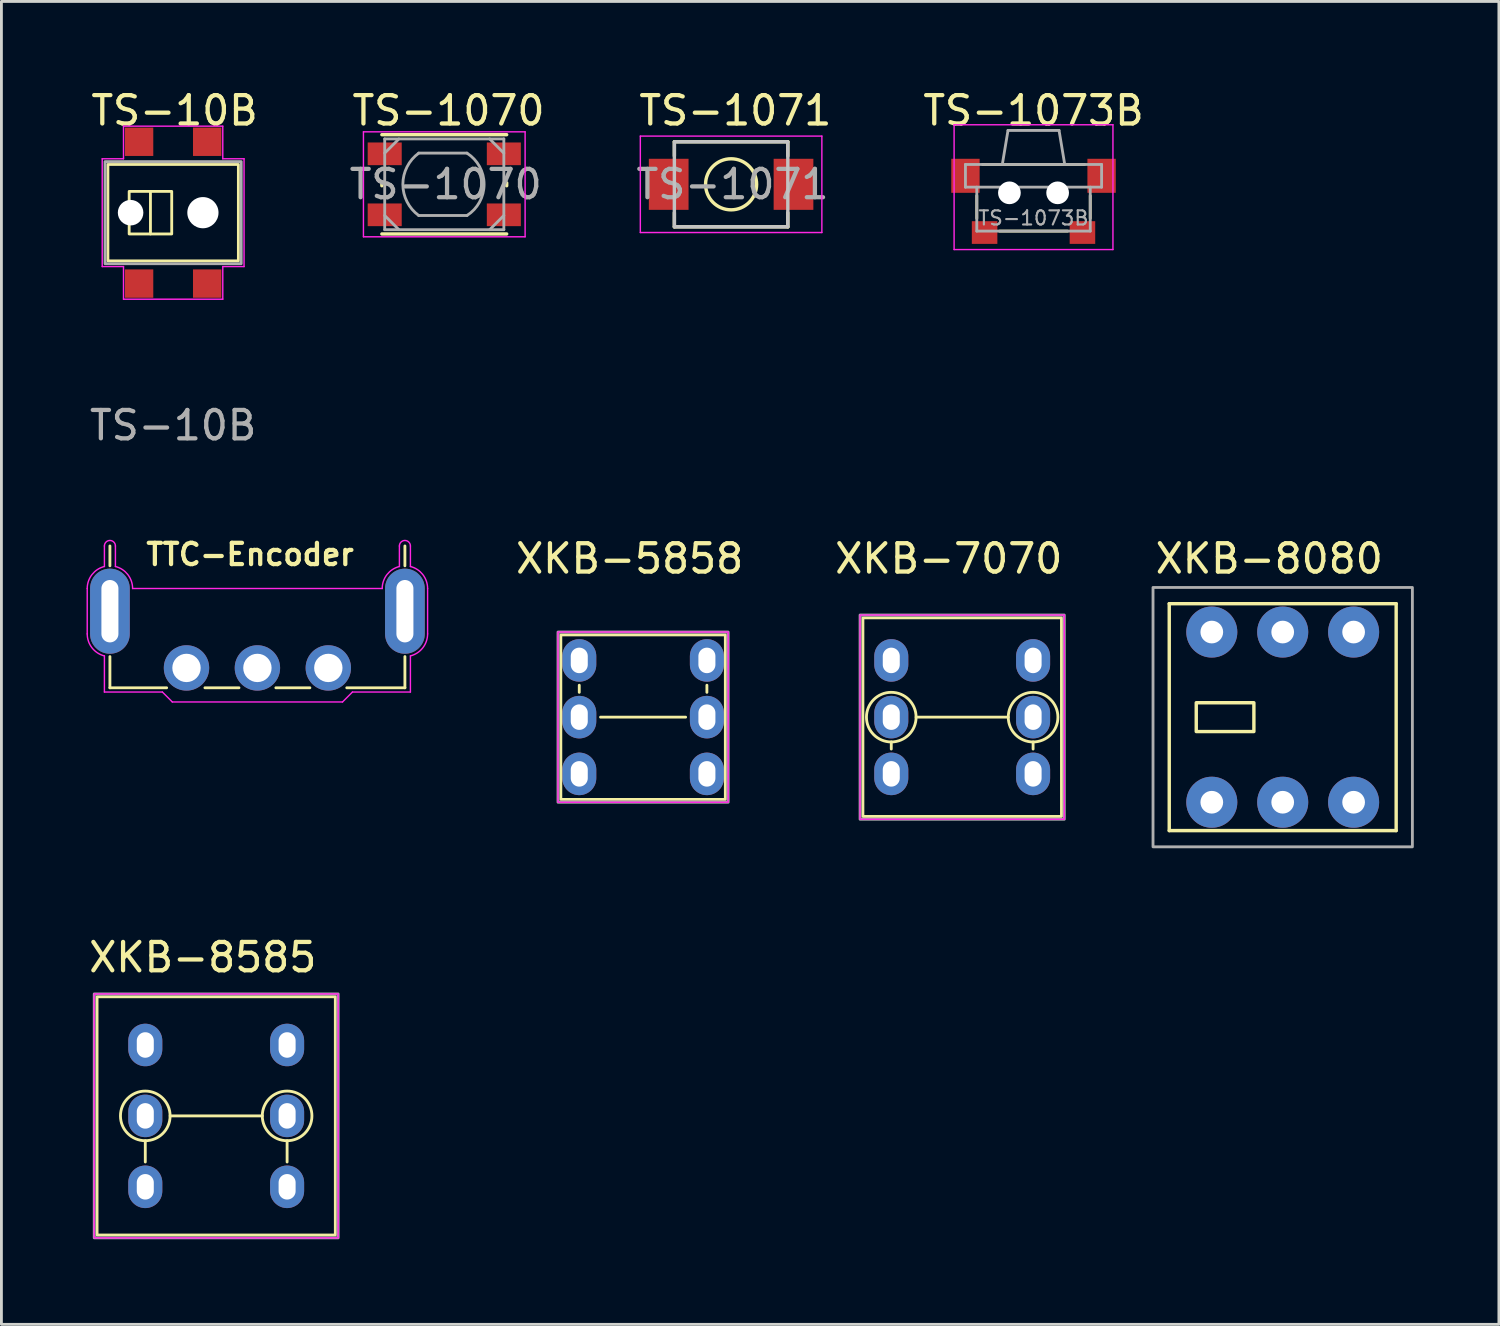
<source format=kicad_pcb>
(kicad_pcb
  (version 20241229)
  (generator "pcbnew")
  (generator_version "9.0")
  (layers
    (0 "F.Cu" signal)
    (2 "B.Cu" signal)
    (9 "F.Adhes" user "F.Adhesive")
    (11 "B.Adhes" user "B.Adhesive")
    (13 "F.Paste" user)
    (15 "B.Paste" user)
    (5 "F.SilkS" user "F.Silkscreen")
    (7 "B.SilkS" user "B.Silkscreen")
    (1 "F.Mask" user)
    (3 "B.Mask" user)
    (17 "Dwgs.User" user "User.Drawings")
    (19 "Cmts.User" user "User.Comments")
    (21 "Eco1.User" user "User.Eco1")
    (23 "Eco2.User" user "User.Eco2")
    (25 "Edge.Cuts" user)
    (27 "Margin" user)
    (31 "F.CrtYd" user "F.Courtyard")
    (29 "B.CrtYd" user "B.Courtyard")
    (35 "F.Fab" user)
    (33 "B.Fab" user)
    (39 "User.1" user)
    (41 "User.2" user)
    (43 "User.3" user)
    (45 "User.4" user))
  (footprint "TTC-Encoder"
    (layer "F.Cu")
    (at 6.025 18.498)
    (property "Reference" "TTC-Encoder" (at -4 -2 0) (layer "F.SilkS") (effects (font (size 0.75 0.75) (thickness 0.15)) (justify left)))
    (attr through_hole)
    (fp_line (start -5.2 -2.3) (end -5.2 -1.6) (stroke (width 0.1) (type solid)) (layer "F.SilkS"))
    (fp_line (start -5.2 1.6) (end -5.2 2.7) (stroke (width 0.1) (type solid)) (layer "F.SilkS"))
    (fp_line (start -5.2 2.7) (end -3.2 2.7) (stroke (width 0.1) (type solid)) (layer "F.SilkS"))
    (fp_line (start -0.65 2.7) (end -1.85 2.7) (stroke (width 0.1) (type solid)) (layer "F.SilkS"))
    (fp_line (start 1.85 2.7) (end 0.65 2.7) (stroke (width 0.1) (type solid)) (layer "F.SilkS"))
    (fp_line (start 3.15 2.7) (end 5.2 2.7) (stroke (width 0.1) (type solid)) (layer "F.SilkS"))
    (fp_line (start 5.2 -2.3) (end 5.2 -1.6) (stroke (width 0.1) (type solid)) (layer "F.SilkS"))
    (fp_line (start 5.2 1.6) (end 5.2 2.7) (stroke (width 0.1) (type solid)) (layer "F.SilkS"))
    (fp_line (start -6 -0.8) (end -6 0.8) (stroke (width 0.05) (type default)) (layer "F.CrtYd"))
    (fp_line (start -5.394 -2.3) (end -5.394 -1.576) (stroke (width 0.05) (type solid)) (layer "F.CrtYd"))
    (fp_line (start -5.394 1.576) (end -5.394 2.85) (stroke (width 0.05) (type solid)) (layer "F.CrtYd"))
    (fp_line (start -5.394 2.85) (end -3.35 2.85) (stroke (width 0.05) (type default)) (layer "F.CrtYd"))
    (fp_line (start -5.006 -2.3) (end -5.006 -1.576) (stroke (width 0.05) (type solid)) (layer "F.CrtYd"))
    (fp_line (start -4.4 -0.8) (end 4.4 -0.8) (stroke (width 0.05) (type solid)) (layer "F.CrtYd"))
    (fp_line (start -3.35 2.85) (end -3 3.2) (stroke (width 0.05) (type default)) (layer "F.CrtYd"))
    (fp_line (start -3 3.2) (end 3 3.2) (stroke (width 0.05) (type solid)) (layer "F.CrtYd"))
    (fp_line (start 3 3.2) (end 3.35 2.85) (stroke (width 0.05) (type default)) (layer "F.CrtYd"))
    (fp_line (start 3.35 2.85) (end 5.394 2.85) (stroke (width 0.05) (type solid)) (layer "F.CrtYd"))
    (fp_line (start 5.006 -2.3) (end 5.006 -1.576) (stroke (width 0.05) (type solid)) (layer "F.CrtYd"))
    (fp_line (start 5.394 1.576) (end 5.394 2.85) (stroke (width 0.05) (type solid)) (layer "F.CrtYd"))
    (fp_line (start 5.394 -2.3) (end 5.394 -1.576) (stroke (width 0.05) (type solid)) (layer "F.CrtYd"))
    (fp_line (start 6 0.8) (end 6 -0.8) (stroke (width 0.05) (type default)) (layer "F.CrtYd"))
    (fp_arc (start -6 -0.8) (mid -5.830564 -1.29233) (end -5.394029 -1.576114) (stroke (width 0.05) (type default)) (layer "F.CrtYd"))
    (fp_arc (start -5.394031 -2.3) (mid -5.200002 -2.494029) (end -5.005973 -2.3) (stroke (width 0.05) (type default)) (layer "F.CrtYd"))
    (fp_arc (start -5.394029 1.576114) (mid -5.830565 1.29233) (end -6 0.8) (stroke (width 0.05) (type default)) (layer "F.CrtYd"))
    (fp_arc (start -5.005973 -1.576114) (mid -4.569436 -1.29233) (end -4.4 -0.8) (stroke (width 0.05) (type default)) (layer "F.CrtYd"))
    (fp_arc (start 4.400004 -0.8) (mid 4.569438 -1.292329) (end 5.005971 -1.576113) (stroke (width 0.05) (type default)) (layer "F.CrtYd"))
    (fp_arc (start 5.005971 -2.3) (mid 5.2 -2.494029) (end 5.394029 -2.3) (stroke (width 0.05) (type default)) (layer "F.CrtYd"))
    (fp_arc (start 5.394029 -1.576114) (mid 5.830565 -1.29233) (end 6 -0.8) (stroke (width 0.05) (type default)) (layer "F.CrtYd"))
    (fp_arc (start 6 0.8) (mid 5.830564 1.29233) (end 5.394029 1.576114) (stroke (width 0.05) (type default)) (layer "F.CrtYd"))
    (pad "" thru_hole oval (at -5.2 0) (size 1.4 3) (drill oval 0.6 2.2) (layers "*.Cu" "*.Mask"))
    (pad "" thru_hole oval (at 5.2 0) (size 1.4 3) (drill oval 0.6 2.2) (layers "*.Cu" "*.Mask"))
    (pad "A" thru_hole circle (at -2.5 2) (size 1.6 1.6) (drill 1) (layers "*.Cu" "*.Mask"))
    (pad "B" thru_hole circle (at 0 2) (size 1.6 1.6) (drill 1) (layers "*.Cu" "*.Mask"))
    (pad "C" thru_hole circle (at 2.5 2) (size 1.6 1.6) (drill 1) (layers "*.Cu" "*.Mask")))
  (footprint "TS-1071"
    (layer "F.Cu")
    (at 22.725 3.448)
    (property "Reference" "TS-1071" (at 0.15 -2.6 0) (layer "F.SilkS") (effects (font (size 1 1) (thickness 0.15))))
    (attr smd)
    (fp_line (start -2 -1.5) (end -2 -1) (stroke (width 0.12) (type solid)) (layer "F.SilkS"))
    (fp_line (start -2 1.5) (end -2 1) (stroke (width 0.12) (type solid)) (layer "F.SilkS"))
    (fp_line (start -2 1.5) (end 2 1.5) (stroke (width 0.12) (type solid)) (layer "F.SilkS"))
    (fp_line (start 2 -1.5) (end -2 -1.5) (stroke (width 0.12) (type solid)) (layer "F.SilkS"))
    (fp_line (start 2 -1.5) (end 2 -1) (stroke (width 0.12) (type solid)) (layer "F.SilkS"))
    (fp_line (start 2 1.5) (end 2 1) (stroke (width 0.12) (type solid)) (layer "F.SilkS"))
    (fp_circle (center 0 0) (end 0.9 0) (stroke (width 0.12) (type solid)) (fill no) (layer "F.SilkS"))
    (fp_rect (start -2 -1.5) (end 2 1.5) (stroke (width 0.12) (type solid)) (fill no) (layer "Dwgs.User"))
    (fp_line (start -3.2 -1.7) (end 3.2 -1.7) (stroke (width 0.05) (type solid)) (layer "F.CrtYd"))
    (fp_line (start -3.2 1.7) (end -3.2 -1.7) (stroke (width 0.05) (type solid)) (layer "F.CrtYd"))
    (fp_line (start 3.2 -1.7) (end 3.2 1.7) (stroke (width 0.05) (type solid)) (layer "F.CrtYd"))
    (fp_line (start 3.2 1.7) (end -3.2 1.7) (stroke (width 0.05) (type solid)) (layer "F.CrtYd"))
    (fp_text user "${REFERENCE}" (at 0.05 0 0) (layer "F.Fab") (effects (font (size 1 1) (thickness 0.15))))
    (pad "1" smd rect (at -2.2 0) (size 1.4 1.8) (layers "F.Cu" "F.Mask" "F.Paste"))
    (pad "2" smd rect (at 2.2 0) (size 1.4 1.8) (layers "F.Cu" "F.Mask" "F.Paste")))
  (footprint "XKB-8585"
    (layer "F.Cu")
    (at 4.572 36.291)
    (property "Reference" "XKB-8585" (at -4.572 -5.588 0) (layer "F.SilkS") (effects (font (size 1 1) (thickness 0.15)) (justify left)))
    (attr through_hole)
    (fp_line (start -2.5 0.875) (end -2.5 1.625) (stroke (width 0.1) (type default)) (layer "F.SilkS"))
    (fp_line (start -1.625 0) (end 1.625 0) (stroke (width 0.1) (type default)) (layer "F.SilkS"))
    (fp_line (start 2.5 0.875) (end 2.5 1.625) (stroke (width 0.1) (type default)) (layer "F.SilkS"))
    (fp_rect (start -4.2 -4.2) (end 4.2 4.2) (stroke (width 0.1) (type default)) (fill no) (layer "F.SilkS"))
    (fp_circle (center -2.5 0) (end -2.5 0.875) (stroke (width 0.1) (type default)) (fill no) (layer "F.SilkS"))
    (fp_circle (center 2.5 0) (end 2.5 0.875) (stroke (width 0.1) (type default)) (fill no) (layer "F.SilkS"))
    (fp_rect (start -4.3 -4.3) (end 4.3 4.3) (stroke (width 0.05) (type default)) (fill no) (layer "F.CrtYd"))
    (fp_rect (start -4.3 -4.3) (end 4.3 4.3) (stroke (width 0.1) (type solid)) (fill no) (layer "F.Fab"))
    (pad "1" thru_hole oval (at 2.5 2.5) (size 1.2 1.5) (drill oval 0.6 0.9) (layers "*.Cu" "*.Mask"))
    (pad "2" thru_hole oval (at 2.5 0) (size 1.2 1.5) (drill oval 0.6 0.9) (layers "*.Cu" "*.Mask"))
    (pad "3" thru_hole oval (at 2.5 -2.5) (size 1.2 1.5) (drill oval 0.6 0.9) (layers "*.Cu" "*.Mask"))
    (pad "4" thru_hole oval (at -2.5 2.5) (size 1.2 1.5) (drill oval 0.6 0.9) (layers "*.Cu" "*.Mask"))
    (pad "5" thru_hole oval (at -2.5 0) (size 1.2 1.5) (drill oval 0.6 0.9) (layers "*.Cu" "*.Mask"))
    (pad "6" thru_hole oval (at -2.5 -2.5) (size 1.2 1.5) (drill oval 0.6 0.9) (layers "*.Cu" "*.Mask")))
  (footprint "XKB-7070"
    (layer "F.Cu")
    (at 30.872 22.233)
    (property "Reference" "XKB-7070" (at -4.572 -5.588 0) (layer "F.SilkS") (effects (font (size 1 1) (thickness 0.15)) (justify left)))
    (attr through_hole)
    (fp_line (start -2.5 0.875) (end -2.5 1.125) (stroke (width 0.1) (type default)) (layer "F.SilkS"))
    (fp_line (start -1.625 0) (end 1.625 0) (stroke (width 0.1) (type default)) (layer "F.SilkS"))
    (fp_line (start 2.5 0.875) (end 2.5 1.125) (stroke (width 0.1) (type default)) (layer "F.SilkS"))
    (fp_rect (start -3.5 -3.5) (end 3.5 3.5) (stroke (width 0.1) (type default)) (fill no) (layer "F.SilkS"))
    (fp_circle (center -2.5 0) (end -2.5 0.875) (stroke (width 0.1) (type default)) (fill no) (layer "F.SilkS"))
    (fp_circle (center 2.5 0) (end 2.5 0.875) (stroke (width 0.1) (type default)) (fill no) (layer "F.SilkS"))
    (fp_rect (start -3.6 -3.6) (end 3.6 3.6) (stroke (width 0.05) (type default)) (fill no) (layer "F.CrtYd"))
    (fp_rect (start -3.6 -3.6) (end 3.6 3.6) (stroke (width 0.1) (type solid)) (fill no) (layer "F.Fab"))
    (pad "1" thru_hole oval (at 2.5 2) (size 1.2 1.5) (drill oval 0.6 0.9) (layers "*.Cu" "*.Mask"))
    (pad "2" thru_hole oval (at 2.5 0) (size 1.2 1.5) (drill oval 0.6 0.9) (layers "*.Cu" "*.Mask"))
    (pad "3" thru_hole oval (at 2.5 -2) (size 1.2 1.5) (drill oval 0.6 0.9) (layers "*.Cu" "*.Mask"))
    (pad "4" thru_hole oval (at -2.5 2) (size 1.2 1.5) (drill oval 0.6 0.9) (layers "*.Cu" "*.Mask"))
    (pad "5" thru_hole oval (at -2.5 0) (size 1.2 1.5) (drill oval 0.6 0.9) (layers "*.Cu" "*.Mask"))
    (pad "6" thru_hole oval (at -2.5 -2) (size 1.2 1.5) (drill oval 0.6 0.9) (layers "*.Cu" "*.Mask")))
  (footprint "XKB-5858"
    (layer "F.Cu")
    (at 19.622 22.233)
    (property "Reference" "XKB-5858" (at -4.572 -5.588 0) (layer "F.SilkS") (effects (font (size 1 1) (thickness 0.15)) (justify left)))
    (attr through_hole)
    (fp_line (start -2.25 -1.125) (end -2.25 -0.875) (stroke (width 0.1) (type default)) (layer "F.SilkS"))
    (fp_line (start -1.5 0) (end 1.5 0) (stroke (width 0.1) (type default)) (layer "F.SilkS"))
    (fp_line (start 2.25 -1.125) (end 2.25 -0.875) (stroke (width 0.1) (type default)) (layer "F.SilkS"))
    (fp_rect (start -2.9 -2.9) (end 2.9 2.9) (stroke (width 0.1) (type default)) (fill no) (layer "F.SilkS"))
    (fp_rect (start -3 -3) (end 3 3) (stroke (width 0.05) (type default)) (fill no) (layer "F.CrtYd"))
    (fp_rect (start -3 -3) (end 3 3) (stroke (width 0.1) (type solid)) (fill no) (layer "F.Fab"))
    (pad "1" thru_hole oval (at 2.25 -2) (size 1.2 1.5) (drill oval 0.6 0.9) (layers "*.Cu" "*.Mask"))
    (pad "2" thru_hole oval (at 2.25 0) (size 1.2 1.5) (drill oval 0.6 0.9) (layers "*.Cu" "*.Mask"))
    (pad "3" thru_hole oval (at 2.25 2) (size 1.2 1.5) (drill oval 0.6 0.9) (layers "*.Cu" "*.Mask"))
    (pad "4" thru_hole oval (at -2.25 -2) (size 1.2 1.5) (drill oval 0.6 0.9) (layers "*.Cu" "*.Mask"))
    (pad "5" thru_hole oval (at -2.25 0) (size 1.2 1.5) (drill oval 0.6 0.9) (layers "*.Cu" "*.Mask"))
    (pad "6" thru_hole oval (at -2.25 2) (size 1.2 1.5) (drill oval 0.6 0.9) (layers "*.Cu" "*.Mask")))
  (footprint "TS-10B"
    (layer "F.Cu")
    (at 3.054 4.448)
    (property "Reference" "TS-10B" (at 0.05 -3.6 0) (layer "F.SilkS") (effects (font (size 1 1) (thickness 0.15))))
    (attr smd)
    (fp_line (start -0.8 -0.75) (end -0.8 0.75) (stroke (width 0.1) (type default)) (layer "F.SilkS"))
    (fp_rect (start -2.3 -1.7) (end 2.3 1.7) (stroke (width 0.1) (type solid)) (fill no) (layer "F.SilkS"))
    (fp_rect (start -1.55 -0.75) (end -0.05 0.75) (stroke (width 0.1) (type default)) (fill no) (layer "F.SilkS"))
    (fp_line (start -2.5 -1.9) (end -2.5 1.9) (stroke (width 0.05) (type default)) (layer "F.CrtYd"))
    (fp_line (start -2.5 1.9) (end -1.75 1.9) (stroke (width 0.05) (type default)) (layer "F.CrtYd"))
    (fp_line (start -1.75 -3.05) (end -1.75 -1.9) (stroke (width 0.05) (type default)) (layer "F.CrtYd"))
    (fp_line (start -1.75 -1.9) (end -2.5 -1.9) (stroke (width 0.05) (type default)) (layer "F.CrtYd"))
    (fp_line (start -1.75 1.9) (end -1.75 3.05) (stroke (width 0.05) (type default)) (layer "F.CrtYd"))
    (fp_line (start -1.75 3.05) (end 1.75 3.05) (stroke (width 0.05) (type default)) (layer "F.CrtYd"))
    (fp_line (start 1.75 -3.05) (end -1.75 -3.05) (stroke (width 0.05) (type default)) (layer "F.CrtYd"))
    (fp_line (start 1.75 -1.9) (end 1.75 -3.05) (stroke (width 0.05) (type default)) (layer "F.CrtYd"))
    (fp_line (start 1.75 1.9) (end 2.5 1.9) (stroke (width 0.05) (type default)) (layer "F.CrtYd"))
    (fp_line (start 1.75 3.05) (end 1.75 1.9) (stroke (width 0.05) (type default)) (layer "F.CrtYd"))
    (fp_line (start 2.5 -1.9) (end 1.75 -1.9) (stroke (width 0.05) (type default)) (layer "F.CrtYd"))
    (fp_line (start 2.5 1.9) (end 2.5 -1.9) (stroke (width 0.05) (type default)) (layer "F.CrtYd"))
    (fp_rect (start -2.4 -1.8) (end 2.4 1.8) (stroke (width 0.1) (type default)) (fill no) (layer "F.Fab"))
    (fp_text user "${REFERENCE}" (at 0 7.5 0) (layer "F.Fab") (effects (font (size 1 1) (thickness 0.15))))
    (pad "" np_thru_hole circle (at -1.5 0) (size 0.9 0.9) (drill 0.9) (layers "*.Cu" "*.Mask"))
    (pad "" np_thru_hole circle (at 1.05 0) (size 1.1 1.1) (drill 1.1) (layers "*.Cu" "*.Mask"))
    (pad "1" smd rect (at -1.2 -2.5) (size 1 1) (layers "F.Cu" "F.Mask" "F.Paste"))
    (pad "1" smd rect (at 1.2 -2.5) (size 1 1) (layers "F.Cu" "F.Mask" "F.Paste"))
    (pad "2" smd rect (at -1.2 2.5) (size 1 1) (layers "F.Cu" "F.Mask" "F.Paste"))
    (pad "2" smd rect (at 1.2 2.5) (size 1 1) (layers "F.Cu" "F.Mask" "F.Paste")))
  (footprint "TS-1073B"
    (layer "F.Cu")
    (at 33.387 3.748)
    (property "Reference" "TS-1073B" (at 0 -2.9 0) (layer "F.SilkS") (effects (font (size 1 1) (thickness 0.15))))
    (attr smd)
    (fp_line (start -2 0.1) (end -2 0.9) (stroke (width 0.1) (type solid)) (layer "F.SilkS"))
    (fp_line (start -1.8 -1) (end 1.8 -1) (stroke (width 0.1) (type solid)) (layer "F.SilkS"))
    (fp_line (start -1.2 1.35) (end 1.2 1.35) (stroke (width 0.1) (type solid)) (layer "F.SilkS"))
    (fp_line (start 2 0.1) (end 2 0.9) (stroke (width 0.1) (type solid)) (layer "F.SilkS"))
    (fp_line (start -2.8 -2.4) (end 2.8 -2.4) (stroke (width 0.05) (type solid)) (layer "F.CrtYd"))
    (fp_line (start -2.8 2) (end -2.8 -2.4) (stroke (width 0.05) (type solid)) (layer "F.CrtYd"))
    (fp_line (start -2.8 2) (end 2.8 2) (stroke (width 0.05) (type solid)) (layer "F.CrtYd"))
    (fp_line (start 2.8 -2.4) (end 2.8 2) (stroke (width 0.05) (type solid)) (layer "F.CrtYd"))
    (fp_line (start -2.4 -1) (end 2.4 -1) (stroke (width 0.1) (type solid)) (layer "F.Fab"))
    (fp_line (start -2.4 -0.2) (end -2.4 -1) (stroke (width 0.1) (type solid)) (layer "F.Fab"))
    (fp_line (start -2.4 -0.2) (end 2.4 -0.2) (stroke (width 0.1) (type solid)) (layer "F.Fab"))
    (fp_line (start -2 -0.2) (end -2 1.35) (stroke (width 0.1) (type solid)) (layer "F.Fab"))
    (fp_line (start -2 1.35) (end 2 1.35) (stroke (width 0.1) (type solid)) (layer "F.Fab"))
    (fp_line (start -0.9 -2.2) (end -1.1 -1) (stroke (width 0.1) (type solid)) (layer "F.Fab"))
    (fp_line (start -0.9 -2.2) (end 0.9 -2.2) (stroke (width 0.1) (type solid)) (layer "F.Fab"))
    (fp_line (start 0.9 -2.2) (end 1.1 -1) (stroke (width 0.1) (type solid)) (layer "F.Fab"))
    (fp_line (start 2 -0.2) (end 2 1.35) (stroke (width 0.1) (type solid)) (layer "F.Fab"))
    (fp_line (start 2.4 -0.2) (end 2.4 -1) (stroke (width 0.1) (type solid)) (layer "F.Fab"))
    (fp_text user "${REFERENCE}" (at 0 0.889 0) (layer "F.Fab") (effects (font (size 0.5 0.5) (thickness 0.075))))
    (pad "" smd rect (at -2.4 -0.6) (size 1 1.2) (layers "F.Cu" "F.Mask" "F.Paste"))
    (pad "" np_thru_hole circle (at -0.85 0) (size 0.8 0.8) (drill 0.8) (layers "*.Cu" "*.Mask"))
    (pad "" np_thru_hole circle (at 0.85 0) (size 0.8 0.8) (drill 0.8) (layers "*.Cu" "*.Mask"))
    (pad "" smd rect (at 2.4 -0.6) (size 1 1.2) (layers "F.Cu" "F.Mask" "F.Paste"))
    (pad "1" smd rect (at -1.725 1.4) (size 0.9 0.8) (layers "F.Cu" "F.Mask" "F.Paste"))
    (pad "2" smd rect (at 1.725 1.4) (size 0.9 0.8) (layers "F.Cu" "F.Mask" "F.Paste")))
  (footprint "XKB-8080"
    (layer "F.Cu")
    (at 42.172 22.233)
    (property "Reference" "XKB-8080" (at -4.572 -5.588 0) (layer "F.SilkS") (effects (font (size 1 1) (thickness 0.15)) (justify left)))
    (attr through_hole)
    (fp_line (start -4 -4) (end -4 4) (stroke (width 0.12) (type solid)) (layer "F.SilkS"))
    (fp_line (start -4 -4) (end 4 -4) (stroke (width 0.12) (type solid)) (layer "F.SilkS"))
    (fp_line (start -4 4) (end 4 4) (stroke (width 0.12) (type solid)) (layer "F.SilkS"))
    (fp_line (start 4 4) (end 4 -4) (stroke (width 0.12) (type solid)) (layer "F.SilkS"))
    (fp_rect (start -3.048 -0.508) (end -1.016 0.508) (stroke (width 0.12) (type solid)) (fill no) (layer "F.SilkS"))
    (fp_rect (start -4.572 -4.572) (end 4.572 4.572) (stroke (width 0.1) (type solid)) (fill no) (layer "F.Fab"))
    (pad "1" thru_hole circle (at 2.5 3) (size 1.8 1.8) (drill 0.8) (layers "*.Cu" "*.Mask"))
    (pad "2" thru_hole circle (at 0 3) (size 1.8 1.8) (drill 0.8) (layers "*.Cu" "*.Mask"))
    (pad "3" thru_hole circle (at -2.5 3) (size 1.8 1.8) (drill 0.8) (layers "*.Cu" "*.Mask"))
    (pad "4" thru_hole circle (at -2.5 -3) (size 1.8 1.8) (drill 0.8) (layers "*.Cu" "*.Mask"))
    (pad "5" thru_hole circle (at 0 -3) (size 1.8 1.8) (drill 0.8) (layers "*.Cu" "*.Mask"))
    (pad "6" thru_hole circle (at 2.5 -3) (size 1.8 1.8) (drill 0.8) (layers "*.Cu" "*.Mask")))
  (footprint "TS-1070"
    (layer "F.Cu")
    (at 12.613 3.448)
    (property "Reference" "TS-1070" (at 0.15 -2.6 0) (layer "F.SilkS") (effects (font (size 1 1) (thickness 0.15))))
    (attr smd)
    (fp_line (start -2.2 0.05) (end -2.2 -0.05) (stroke (width 0.12) (type solid)) (layer "F.SilkS"))
    (fp_line (start -2.2 1.75) (end 2.2 1.75) (stroke (width 0.12) (type solid)) (layer "F.SilkS"))
    (fp_line (start 2.2 -1.75) (end -2.2 -1.75) (stroke (width 0.12) (type solid)) (layer "F.SilkS"))
    (fp_line (start 2.2 0.05) (end 2.2 -0.05) (stroke (width 0.12) (type solid)) (layer "F.SilkS"))
    (fp_line (start -2.85 -1.85) (end 2.85 -1.85) (stroke (width 0.05) (type solid)) (layer "F.CrtYd"))
    (fp_line (start -2.85 1.85) (end -2.85 -1.85) (stroke (width 0.05) (type solid)) (layer "F.CrtYd"))
    (fp_line (start 2.85 -1.85) (end 2.85 1.85) (stroke (width 0.05) (type solid)) (layer "F.CrtYd"))
    (fp_line (start 2.85 1.85) (end -2.85 1.85) (stroke (width 0.05) (type solid)) (layer "F.CrtYd"))
    (fp_line (start -2.1 -1.6) (end 2.1 -1.6) (stroke (width 0.1) (type solid)) (layer "F.Fab"))
    (fp_line (start -2.1 -1.1) (end -1.6 -1.6) (stroke (width 0.1) (type solid)) (layer "F.Fab"))
    (fp_line (start -2.1 1.1) (end -1.6 1.6) (stroke (width 0.1) (type solid)) (layer "F.Fab"))
    (fp_line (start -2.1 1.6) (end -2.1 -1.6) (stroke (width 0.1) (type solid)) (layer "F.Fab"))
    (fp_line (start -0.9 -1.1) (end 0.8 -1.1) (stroke (width 0.1) (type solid)) (layer "F.Fab"))
    (fp_line (start 0.8 1.1) (end -0.9 1.1) (stroke (width 0.1) (type solid)) (layer "F.Fab"))
    (fp_line (start 1.6 -1.6) (end 2.1 -1.1) (stroke (width 0.1) (type solid)) (layer "F.Fab"))
    (fp_line (start 1.6 1.6) (end 2.1 1.1) (stroke (width 0.1) (type solid)) (layer "F.Fab"))
    (fp_line (start 2.1 -1.6) (end 2.1 1.6) (stroke (width 0.1) (type solid)) (layer "F.Fab"))
    (fp_line (start 2.1 1.6) (end -2.1 1.6) (stroke (width 0.1) (type solid)) (layer "F.Fab"))
    (fp_arc (start -0.9 1.099999) (mid -1.460147 0) (end -0.9 -1.099999) (stroke (width 0.1) (type solid)) (layer "F.Fab"))
    (fp_arc (start 0.8 -1.099999) (mid 1.40384 0) (end 0.799999 1.099999) (stroke (width 0.1) (type solid)) (layer "F.Fab"))
    (fp_text user "${REFERENCE}" (at 0.05 0 0) (layer "F.Fab") (effects (font (size 1 1) (thickness 0.15))))
    (pad "1" smd rect (at -2.1 -1.075) (size 1.2 0.8) (layers "F.Cu" "F.Mask" "F.Paste"))
    (pad "1" smd rect (at 2.1 -1.075) (size 1.2 0.8) (layers "F.Cu" "F.Mask" "F.Paste"))
    (pad "2" smd rect (at -2.1 1.075) (size 1.2 0.8) (layers "F.Cu" "F.Mask" "F.Paste"))
    (pad "2" smd rect (at 2.1 1.075) (size 1.2 0.8) (layers "F.Cu" "F.Mask" "F.Paste")))
  (gr_rect
    (start -3 -3)
    (end 49.794 43.641)
    (stroke (width 0.1) (type default))
    (fill no)
    (layer "Edge.Cuts")))
</source>
